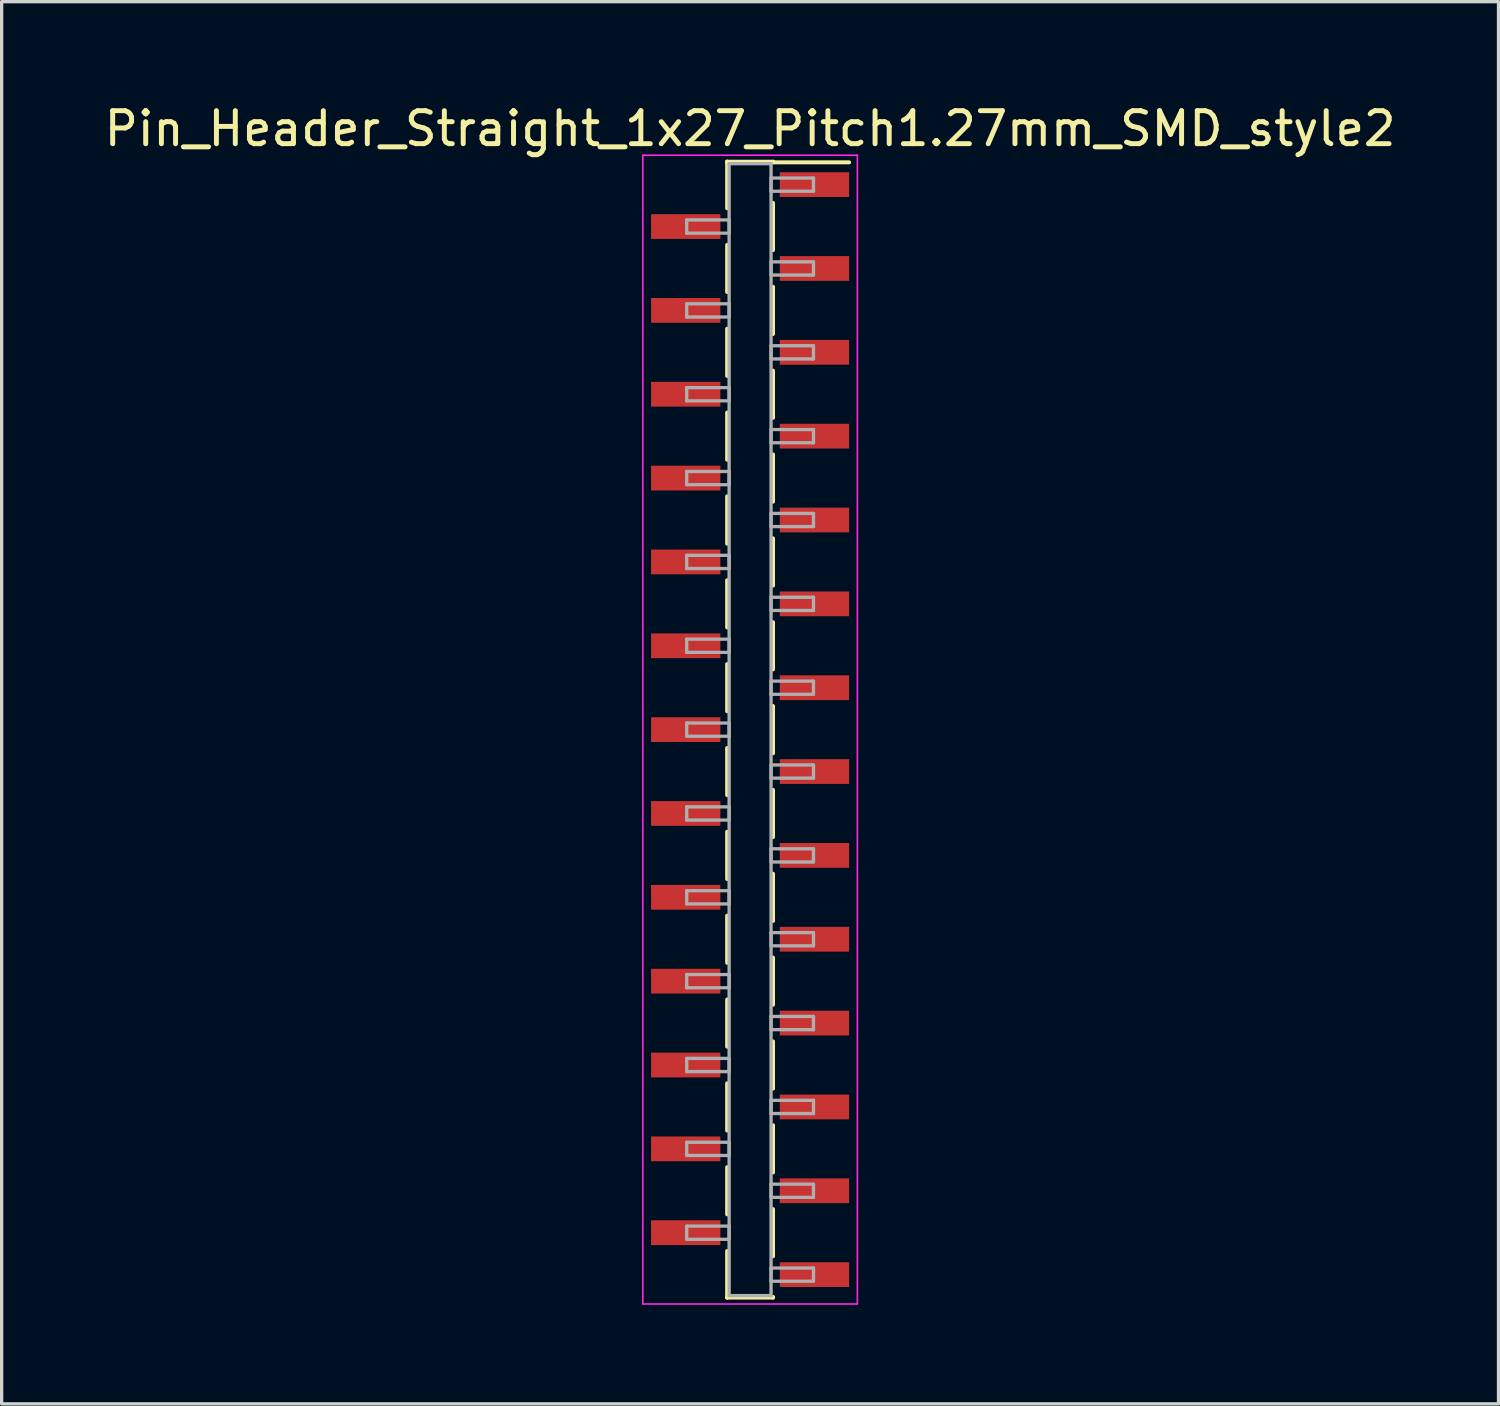
<source format=kicad_pcb>
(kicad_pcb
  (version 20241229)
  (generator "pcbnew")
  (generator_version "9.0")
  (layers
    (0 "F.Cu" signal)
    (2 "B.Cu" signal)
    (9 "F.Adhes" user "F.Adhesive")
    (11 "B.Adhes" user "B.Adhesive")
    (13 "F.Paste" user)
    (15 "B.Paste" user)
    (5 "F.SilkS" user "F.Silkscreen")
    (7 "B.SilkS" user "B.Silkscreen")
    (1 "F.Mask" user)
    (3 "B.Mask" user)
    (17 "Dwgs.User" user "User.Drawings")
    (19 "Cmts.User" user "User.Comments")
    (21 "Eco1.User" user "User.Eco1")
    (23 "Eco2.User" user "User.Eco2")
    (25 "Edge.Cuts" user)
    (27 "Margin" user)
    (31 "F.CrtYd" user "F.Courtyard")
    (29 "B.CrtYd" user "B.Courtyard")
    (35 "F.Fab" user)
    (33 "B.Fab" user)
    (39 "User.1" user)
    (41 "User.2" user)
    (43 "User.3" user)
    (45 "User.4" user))
  (footprint "Pin_Header_Straight_1x27_Pitch1.27mm_SMD_style2"
    (layer "F.Cu")
    (at 19.673 19.053)
    (property "Reference" "Pin_Header_Straight_1x27_Pitch1.27mm_SMD_style2" (at 0 -18.205 0) (layer "F.SilkS") (effects (font (size 1 1) (thickness 0.15))))
    (attr smd)
    (fp_line (start -0.695 -17.205) (end -0.695 -15.795) (stroke (width 0.12) (type solid)) (layer "F.SilkS"))
    (fp_line (start -0.695 -17.205) (end 0.695 -17.205) (stroke (width 0.12) (type solid)) (layer "F.SilkS"))
    (fp_line (start -0.695 -17.185) (end -0.695 -17.205) (stroke (width 0.12) (type solid)) (layer "F.SilkS"))
    (fp_line (start -0.695 -14.685) (end -0.695 -13.255) (stroke (width 0.12) (type solid)) (layer "F.SilkS"))
    (fp_line (start -0.695 -12.145) (end -0.695 -10.715) (stroke (width 0.12) (type solid)) (layer "F.SilkS"))
    (fp_line (start -0.695 -9.605) (end -0.695 -8.175) (stroke (width 0.12) (type solid)) (layer "F.SilkS"))
    (fp_line (start -0.695 -7.065) (end -0.695 -5.635) (stroke (width 0.12) (type solid)) (layer "F.SilkS"))
    (fp_line (start -0.695 -4.525) (end -0.695 -3.095) (stroke (width 0.12) (type solid)) (layer "F.SilkS"))
    (fp_line (start -0.695 -1.985) (end -0.695 -0.555) (stroke (width 0.12) (type solid)) (layer "F.SilkS"))
    (fp_line (start -0.695 0.555) (end -0.695 1.985) (stroke (width 0.12) (type solid)) (layer "F.SilkS"))
    (fp_line (start -0.695 3.095) (end -0.695 4.525) (stroke (width 0.12) (type solid)) (layer "F.SilkS"))
    (fp_line (start -0.695 5.635) (end -0.695 7.065) (stroke (width 0.12) (type solid)) (layer "F.SilkS"))
    (fp_line (start -0.695 8.175) (end -0.695 9.605) (stroke (width 0.12) (type solid)) (layer "F.SilkS"))
    (fp_line (start -0.695 10.715) (end -0.695 12.145) (stroke (width 0.12) (type solid)) (layer "F.SilkS"))
    (fp_line (start -0.695 13.255) (end -0.695 14.685) (stroke (width 0.12) (type solid)) (layer "F.SilkS"))
    (fp_line (start -0.695 15.795) (end -0.695 17.205) (stroke (width 0.12) (type solid)) (layer "F.SilkS"))
    (fp_line (start -0.695 17.185) (end -0.695 17.205) (stroke (width 0.12) (type solid)) (layer "F.SilkS"))
    (fp_line (start -0.695 17.205) (end 0.695 17.205) (stroke (width 0.12) (type solid)) (layer "F.SilkS"))
    (fp_line (start 0.695 -17.205) (end 0.695 -17.185) (stroke (width 0.12) (type solid)) (layer "F.SilkS"))
    (fp_line (start 0.695 -17.185) (end 3 -17.185) (stroke (width 0.12) (type solid)) (layer "F.SilkS"))
    (fp_line (start 0.695 -15.955) (end 0.695 -14.525) (stroke (width 0.12) (type solid)) (layer "F.SilkS"))
    (fp_line (start 0.695 -13.415) (end 0.695 -11.985) (stroke (width 0.12) (type solid)) (layer "F.SilkS"))
    (fp_line (start 0.695 -10.875) (end 0.695 -9.445) (stroke (width 0.12) (type solid)) (layer "F.SilkS"))
    (fp_line (start 0.695 -8.335) (end 0.695 -6.905) (stroke (width 0.12) (type solid)) (layer "F.SilkS"))
    (fp_line (start 0.695 -5.795) (end 0.695 -4.365) (stroke (width 0.12) (type solid)) (layer "F.SilkS"))
    (fp_line (start 0.695 -3.255) (end 0.695 -1.825) (stroke (width 0.12) (type solid)) (layer "F.SilkS"))
    (fp_line (start 0.695 -0.715) (end 0.695 0.715) (stroke (width 0.12) (type solid)) (layer "F.SilkS"))
    (fp_line (start 0.695 1.825) (end 0.695 3.255) (stroke (width 0.12) (type solid)) (layer "F.SilkS"))
    (fp_line (start 0.695 4.365) (end 0.695 5.795) (stroke (width 0.12) (type solid)) (layer "F.SilkS"))
    (fp_line (start 0.695 6.905) (end 0.695 8.335) (stroke (width 0.12) (type solid)) (layer "F.SilkS"))
    (fp_line (start 0.695 9.445) (end 0.695 10.875) (stroke (width 0.12) (type solid)) (layer "F.SilkS"))
    (fp_line (start 0.695 11.985) (end 0.695 13.415) (stroke (width 0.12) (type solid)) (layer "F.SilkS"))
    (fp_line (start 0.695 14.525) (end 0.695 15.955) (stroke (width 0.12) (type solid)) (layer "F.SilkS"))
    (fp_line (start 0.695 17.205) (end 0.695 17.185) (stroke (width 0.12) (type solid)) (layer "F.SilkS"))
    (fp_line (start -3.25 -17.4) (end -3.25 17.4) (stroke (width 0.05) (type solid)) (layer "F.CrtYd"))
    (fp_line (start -3.25 17.4) (end 3.25 17.4) (stroke (width 0.05) (type solid)) (layer "F.CrtYd"))
    (fp_line (start 3.25 -17.4) (end -3.25 -17.4) (stroke (width 0.05) (type solid)) (layer "F.CrtYd"))
    (fp_line (start 3.25 17.4) (end 3.25 -17.4) (stroke (width 0.05) (type solid)) (layer "F.CrtYd"))
    (fp_line (start -1.92 -15.44) (end -0.635 -15.44) (stroke (width 0.1) (type solid)) (layer "F.Fab"))
    (fp_line (start -1.92 -15.04) (end -1.92 -15.44) (stroke (width 0.1) (type solid)) (layer "F.Fab"))
    (fp_line (start -1.92 -12.9) (end -0.635 -12.9) (stroke (width 0.1) (type solid)) (layer "F.Fab"))
    (fp_line (start -1.92 -12.5) (end -1.92 -12.9) (stroke (width 0.1) (type solid)) (layer "F.Fab"))
    (fp_line (start -1.92 -10.36) (end -0.635 -10.36) (stroke (width 0.1) (type solid)) (layer "F.Fab"))
    (fp_line (start -1.92 -9.96) (end -1.92 -10.36) (stroke (width 0.1) (type solid)) (layer "F.Fab"))
    (fp_line (start -1.92 -7.82) (end -0.635 -7.82) (stroke (width 0.1) (type solid)) (layer "F.Fab"))
    (fp_line (start -1.92 -7.42) (end -1.92 -7.82) (stroke (width 0.1) (type solid)) (layer "F.Fab"))
    (fp_line (start -1.92 -5.28) (end -0.635 -5.28) (stroke (width 0.1) (type solid)) (layer "F.Fab"))
    (fp_line (start -1.92 -4.88) (end -1.92 -5.28) (stroke (width 0.1) (type solid)) (layer "F.Fab"))
    (fp_line (start -1.92 -2.74) (end -0.635 -2.74) (stroke (width 0.1) (type solid)) (layer "F.Fab"))
    (fp_line (start -1.92 -2.34) (end -1.92 -2.74) (stroke (width 0.1) (type solid)) (layer "F.Fab"))
    (fp_line (start -1.92 -0.2) (end -0.635 -0.2) (stroke (width 0.1) (type solid)) (layer "F.Fab"))
    (fp_line (start -1.92 0.2) (end -1.92 -0.2) (stroke (width 0.1) (type solid)) (layer "F.Fab"))
    (fp_line (start -1.92 2.34) (end -0.635 2.34) (stroke (width 0.1) (type solid)) (layer "F.Fab"))
    (fp_line (start -1.92 2.74) (end -1.92 2.34) (stroke (width 0.1) (type solid)) (layer "F.Fab"))
    (fp_line (start -1.92 4.88) (end -0.635 4.88) (stroke (width 0.1) (type solid)) (layer "F.Fab"))
    (fp_line (start -1.92 5.28) (end -1.92 4.88) (stroke (width 0.1) (type solid)) (layer "F.Fab"))
    (fp_line (start -1.92 7.42) (end -0.635 7.42) (stroke (width 0.1) (type solid)) (layer "F.Fab"))
    (fp_line (start -1.92 7.82) (end -1.92 7.42) (stroke (width 0.1) (type solid)) (layer "F.Fab"))
    (fp_line (start -1.92 9.96) (end -0.635 9.96) (stroke (width 0.1) (type solid)) (layer "F.Fab"))
    (fp_line (start -1.92 10.36) (end -1.92 9.96) (stroke (width 0.1) (type solid)) (layer "F.Fab"))
    (fp_line (start -1.92 12.5) (end -0.635 12.5) (stroke (width 0.1) (type solid)) (layer "F.Fab"))
    (fp_line (start -1.92 12.9) (end -1.92 12.5) (stroke (width 0.1) (type solid)) (layer "F.Fab"))
    (fp_line (start -1.92 15.04) (end -0.635 15.04) (stroke (width 0.1) (type solid)) (layer "F.Fab"))
    (fp_line (start -1.92 15.44) (end -1.92 15.04) (stroke (width 0.1) (type solid)) (layer "F.Fab"))
    (fp_line (start -0.635 -17.145) (end -0.635 17.145) (stroke (width 0.1) (type solid)) (layer "F.Fab"))
    (fp_line (start -0.635 -15.44) (end -0.635 -15.04) (stroke (width 0.1) (type solid)) (layer "F.Fab"))
    (fp_line (start -0.635 -15.04) (end -1.92 -15.04) (stroke (width 0.1) (type solid)) (layer "F.Fab"))
    (fp_line (start -0.635 -12.9) (end -0.635 -12.5) (stroke (width 0.1) (type solid)) (layer "F.Fab"))
    (fp_line (start -0.635 -12.5) (end -1.92 -12.5) (stroke (width 0.1) (type solid)) (layer "F.Fab"))
    (fp_line (start -0.635 -10.36) (end -0.635 -9.96) (stroke (width 0.1) (type solid)) (layer "F.Fab"))
    (fp_line (start -0.635 -9.96) (end -1.92 -9.96) (stroke (width 0.1) (type solid)) (layer "F.Fab"))
    (fp_line (start -0.635 -7.82) (end -0.635 -7.42) (stroke (width 0.1) (type solid)) (layer "F.Fab"))
    (fp_line (start -0.635 -7.42) (end -1.92 -7.42) (stroke (width 0.1) (type solid)) (layer "F.Fab"))
    (fp_line (start -0.635 -5.28) (end -0.635 -4.88) (stroke (width 0.1) (type solid)) (layer "F.Fab"))
    (fp_line (start -0.635 -4.88) (end -1.92 -4.88) (stroke (width 0.1) (type solid)) (layer "F.Fab"))
    (fp_line (start -0.635 -2.74) (end -0.635 -2.34) (stroke (width 0.1) (type solid)) (layer "F.Fab"))
    (fp_line (start -0.635 -2.34) (end -1.92 -2.34) (stroke (width 0.1) (type solid)) (layer "F.Fab"))
    (fp_line (start -0.635 -0.2) (end -0.635 0.2) (stroke (width 0.1) (type solid)) (layer "F.Fab"))
    (fp_line (start -0.635 0.2) (end -1.92 0.2) (stroke (width 0.1) (type solid)) (layer "F.Fab"))
    (fp_line (start -0.635 2.34) (end -0.635 2.74) (stroke (width 0.1) (type solid)) (layer "F.Fab"))
    (fp_line (start -0.635 2.74) (end -1.92 2.74) (stroke (width 0.1) (type solid)) (layer "F.Fab"))
    (fp_line (start -0.635 4.88) (end -0.635 5.28) (stroke (width 0.1) (type solid)) (layer "F.Fab"))
    (fp_line (start -0.635 5.28) (end -1.92 5.28) (stroke (width 0.1) (type solid)) (layer "F.Fab"))
    (fp_line (start -0.635 7.42) (end -0.635 7.82) (stroke (width 0.1) (type solid)) (layer "F.Fab"))
    (fp_line (start -0.635 7.82) (end -1.92 7.82) (stroke (width 0.1) (type solid)) (layer "F.Fab"))
    (fp_line (start -0.635 9.96) (end -0.635 10.36) (stroke (width 0.1) (type solid)) (layer "F.Fab"))
    (fp_line (start -0.635 10.36) (end -1.92 10.36) (stroke (width 0.1) (type solid)) (layer "F.Fab"))
    (fp_line (start -0.635 12.5) (end -0.635 12.9) (stroke (width 0.1) (type solid)) (layer "F.Fab"))
    (fp_line (start -0.635 12.9) (end -1.92 12.9) (stroke (width 0.1) (type solid)) (layer "F.Fab"))
    (fp_line (start -0.635 15.04) (end -0.635 15.44) (stroke (width 0.1) (type solid)) (layer "F.Fab"))
    (fp_line (start -0.635 15.44) (end -1.92 15.44) (stroke (width 0.1) (type solid)) (layer "F.Fab"))
    (fp_line (start -0.635 17.145) (end 0.635 17.145) (stroke (width 0.1) (type solid)) (layer "F.Fab"))
    (fp_line (start 0.635 -17.145) (end -0.635 -17.145) (stroke (width 0.1) (type solid)) (layer "F.Fab"))
    (fp_line (start 0.635 -16.71) (end 0.635 -16.31) (stroke (width 0.1) (type solid)) (layer "F.Fab"))
    (fp_line (start 0.635 -16.31) (end 1.92 -16.31) (stroke (width 0.1) (type solid)) (layer "F.Fab"))
    (fp_line (start 0.635 -14.17) (end 0.635 -13.77) (stroke (width 0.1) (type solid)) (layer "F.Fab"))
    (fp_line (start 0.635 -13.77) (end 1.92 -13.77) (stroke (width 0.1) (type solid)) (layer "F.Fab"))
    (fp_line (start 0.635 -11.63) (end 0.635 -11.23) (stroke (width 0.1) (type solid)) (layer "F.Fab"))
    (fp_line (start 0.635 -11.23) (end 1.92 -11.23) (stroke (width 0.1) (type solid)) (layer "F.Fab"))
    (fp_line (start 0.635 -9.09) (end 0.635 -8.69) (stroke (width 0.1) (type solid)) (layer "F.Fab"))
    (fp_line (start 0.635 -8.69) (end 1.92 -8.69) (stroke (width 0.1) (type solid)) (layer "F.Fab"))
    (fp_line (start 0.635 -6.55) (end 0.635 -6.15) (stroke (width 0.1) (type solid)) (layer "F.Fab"))
    (fp_line (start 0.635 -6.15) (end 1.92 -6.15) (stroke (width 0.1) (type solid)) (layer "F.Fab"))
    (fp_line (start 0.635 -4.01) (end 0.635 -3.61) (stroke (width 0.1) (type solid)) (layer "F.Fab"))
    (fp_line (start 0.635 -3.61) (end 1.92 -3.61) (stroke (width 0.1) (type solid)) (layer "F.Fab"))
    (fp_line (start 0.635 -1.47) (end 0.635 -1.07) (stroke (width 0.1) (type solid)) (layer "F.Fab"))
    (fp_line (start 0.635 -1.07) (end 1.92 -1.07) (stroke (width 0.1) (type solid)) (layer "F.Fab"))
    (fp_line (start 0.635 1.07) (end 0.635 1.47) (stroke (width 0.1) (type solid)) (layer "F.Fab"))
    (fp_line (start 0.635 1.47) (end 1.92 1.47) (stroke (width 0.1) (type solid)) (layer "F.Fab"))
    (fp_line (start 0.635 3.61) (end 0.635 4.01) (stroke (width 0.1) (type solid)) (layer "F.Fab"))
    (fp_line (start 0.635 4.01) (end 1.92 4.01) (stroke (width 0.1) (type solid)) (layer "F.Fab"))
    (fp_line (start 0.635 6.15) (end 0.635 6.55) (stroke (width 0.1) (type solid)) (layer "F.Fab"))
    (fp_line (start 0.635 6.55) (end 1.92 6.55) (stroke (width 0.1) (type solid)) (layer "F.Fab"))
    (fp_line (start 0.635 8.69) (end 0.635 9.09) (stroke (width 0.1) (type solid)) (layer "F.Fab"))
    (fp_line (start 0.635 9.09) (end 1.92 9.09) (stroke (width 0.1) (type solid)) (layer "F.Fab"))
    (fp_line (start 0.635 11.23) (end 0.635 11.63) (stroke (width 0.1) (type solid)) (layer "F.Fab"))
    (fp_line (start 0.635 11.63) (end 1.92 11.63) (stroke (width 0.1) (type solid)) (layer "F.Fab"))
    (fp_line (start 0.635 13.77) (end 0.635 14.17) (stroke (width 0.1) (type solid)) (layer "F.Fab"))
    (fp_line (start 0.635 14.17) (end 1.92 14.17) (stroke (width 0.1) (type solid)) (layer "F.Fab"))
    (fp_line (start 0.635 16.31) (end 0.635 16.71) (stroke (width 0.1) (type solid)) (layer "F.Fab"))
    (fp_line (start 0.635 16.71) (end 1.92 16.71) (stroke (width 0.1) (type solid)) (layer "F.Fab"))
    (fp_line (start 0.635 17.145) (end 0.635 -17.145) (stroke (width 0.1) (type solid)) (layer "F.Fab"))
    (fp_line (start 1.92 -16.71) (end 0.635 -16.71) (stroke (width 0.1) (type solid)) (layer "F.Fab"))
    (fp_line (start 1.92 -16.31) (end 1.92 -16.71) (stroke (width 0.1) (type solid)) (layer "F.Fab"))
    (fp_line (start 1.92 -14.17) (end 0.635 -14.17) (stroke (width 0.1) (type solid)) (layer "F.Fab"))
    (fp_line (start 1.92 -13.77) (end 1.92 -14.17) (stroke (width 0.1) (type solid)) (layer "F.Fab"))
    (fp_line (start 1.92 -11.63) (end 0.635 -11.63) (stroke (width 0.1) (type solid)) (layer "F.Fab"))
    (fp_line (start 1.92 -11.23) (end 1.92 -11.63) (stroke (width 0.1) (type solid)) (layer "F.Fab"))
    (fp_line (start 1.92 -9.09) (end 0.635 -9.09) (stroke (width 0.1) (type solid)) (layer "F.Fab"))
    (fp_line (start 1.92 -8.69) (end 1.92 -9.09) (stroke (width 0.1) (type solid)) (layer "F.Fab"))
    (fp_line (start 1.92 -6.55) (end 0.635 -6.55) (stroke (width 0.1) (type solid)) (layer "F.Fab"))
    (fp_line (start 1.92 -6.15) (end 1.92 -6.55) (stroke (width 0.1) (type solid)) (layer "F.Fab"))
    (fp_line (start 1.92 -4.01) (end 0.635 -4.01) (stroke (width 0.1) (type solid)) (layer "F.Fab"))
    (fp_line (start 1.92 -3.61) (end 1.92 -4.01) (stroke (width 0.1) (type solid)) (layer "F.Fab"))
    (fp_line (start 1.92 -1.47) (end 0.635 -1.47) (stroke (width 0.1) (type solid)) (layer "F.Fab"))
    (fp_line (start 1.92 -1.07) (end 1.92 -1.47) (stroke (width 0.1) (type solid)) (layer "F.Fab"))
    (fp_line (start 1.92 1.07) (end 0.635 1.07) (stroke (width 0.1) (type solid)) (layer "F.Fab"))
    (fp_line (start 1.92 1.47) (end 1.92 1.07) (stroke (width 0.1) (type solid)) (layer "F.Fab"))
    (fp_line (start 1.92 3.61) (end 0.635 3.61) (stroke (width 0.1) (type solid)) (layer "F.Fab"))
    (fp_line (start 1.92 4.01) (end 1.92 3.61) (stroke (width 0.1) (type solid)) (layer "F.Fab"))
    (fp_line (start 1.92 6.15) (end 0.635 6.15) (stroke (width 0.1) (type solid)) (layer "F.Fab"))
    (fp_line (start 1.92 6.55) (end 1.92 6.15) (stroke (width 0.1) (type solid)) (layer "F.Fab"))
    (fp_line (start 1.92 8.69) (end 0.635 8.69) (stroke (width 0.1) (type solid)) (layer "F.Fab"))
    (fp_line (start 1.92 9.09) (end 1.92 8.69) (stroke (width 0.1) (type solid)) (layer "F.Fab"))
    (fp_line (start 1.92 11.23) (end 0.635 11.23) (stroke (width 0.1) (type solid)) (layer "F.Fab"))
    (fp_line (start 1.92 11.63) (end 1.92 11.23) (stroke (width 0.1) (type solid)) (layer "F.Fab"))
    (fp_line (start 1.92 13.77) (end 0.635 13.77) (stroke (width 0.1) (type solid)) (layer "F.Fab"))
    (fp_line (start 1.92 14.17) (end 1.92 13.77) (stroke (width 0.1) (type solid)) (layer "F.Fab"))
    (fp_line (start 1.92 16.31) (end 0.635 16.31) (stroke (width 0.1) (type solid)) (layer "F.Fab"))
    (fp_line (start 1.92 16.71) (end 1.92 16.31) (stroke (width 0.1) (type solid)) (layer "F.Fab"))
    (pad "1" smd rect (at 1.95 -16.51) (size 2.1 0.75) (layers "F.Cu" "F.Mask"))
    (pad "2" smd rect (at -1.95 -15.24) (size 2.1 0.75) (layers "F.Cu" "F.Mask"))
    (pad "3" smd rect (at 1.95 -13.97) (size 2.1 0.75) (layers "F.Cu" "F.Mask"))
    (pad "4" smd rect (at -1.95 -12.7) (size 2.1 0.75) (layers "F.Cu" "F.Mask"))
    (pad "5" smd rect (at 1.95 -11.43) (size 2.1 0.75) (layers "F.Cu" "F.Mask"))
    (pad "6" smd rect (at -1.95 -10.16) (size 2.1 0.75) (layers "F.Cu" "F.Mask"))
    (pad "7" smd rect (at 1.95 -8.89) (size 2.1 0.75) (layers "F.Cu" "F.Mask"))
    (pad "8" smd rect (at -1.95 -7.62) (size 2.1 0.75) (layers "F.Cu" "F.Mask"))
    (pad "9" smd rect (at 1.95 -6.35) (size 2.1 0.75) (layers "F.Cu" "F.Mask"))
    (pad "10" smd rect (at -1.95 -5.08) (size 2.1 0.75) (layers "F.Cu" "F.Mask"))
    (pad "11" smd rect (at 1.95 -3.81) (size 2.1 0.75) (layers "F.Cu" "F.Mask"))
    (pad "12" smd rect (at -1.95 -2.54) (size 2.1 0.75) (layers "F.Cu" "F.Mask"))
    (pad "13" smd rect (at 1.95 -1.27) (size 2.1 0.75) (layers "F.Cu" "F.Mask"))
    (pad "14" smd rect (at -1.95 0) (size 2.1 0.75) (layers "F.Cu" "F.Mask"))
    (pad "15" smd rect (at 1.95 1.27) (size 2.1 0.75) (layers "F.Cu" "F.Mask"))
    (pad "16" smd rect (at -1.95 2.54) (size 2.1 0.75) (layers "F.Cu" "F.Mask"))
    (pad "17" smd rect (at 1.95 3.81) (size 2.1 0.75) (layers "F.Cu" "F.Mask"))
    (pad "18" smd rect (at -1.95 5.08) (size 2.1 0.75) (layers "F.Cu" "F.Mask"))
    (pad "19" smd rect (at 1.95 6.35) (size 2.1 0.75) (layers "F.Cu" "F.Mask"))
    (pad "20" smd rect (at -1.95 7.62) (size 2.1 0.75) (layers "F.Cu" "F.Mask"))
    (pad "21" smd rect (at 1.95 8.89) (size 2.1 0.75) (layers "F.Cu" "F.Mask"))
    (pad "22" smd rect (at -1.95 10.16) (size 2.1 0.75) (layers "F.Cu" "F.Mask"))
    (pad "23" smd rect (at 1.95 11.43) (size 2.1 0.75) (layers "F.Cu" "F.Mask"))
    (pad "24" smd rect (at -1.95 12.7) (size 2.1 0.75) (layers "F.Cu" "F.Mask"))
    (pad "25" smd rect (at 1.95 13.97) (size 2.1 0.75) (layers "F.Cu" "F.Mask"))
    (pad "26" smd rect (at -1.95 15.24) (size 2.1 0.75) (layers "F.Cu" "F.Mask"))
    (pad "27" smd rect (at 1.95 16.51) (size 2.1 0.75) (layers "F.Cu" "F.Mask")))
  (gr_rect
    (start -3 -3)
    (end 42.345 39.478)
    (stroke (width 0.1) (type default))
    (fill no)
    (layer "Edge.Cuts")))
</source>
